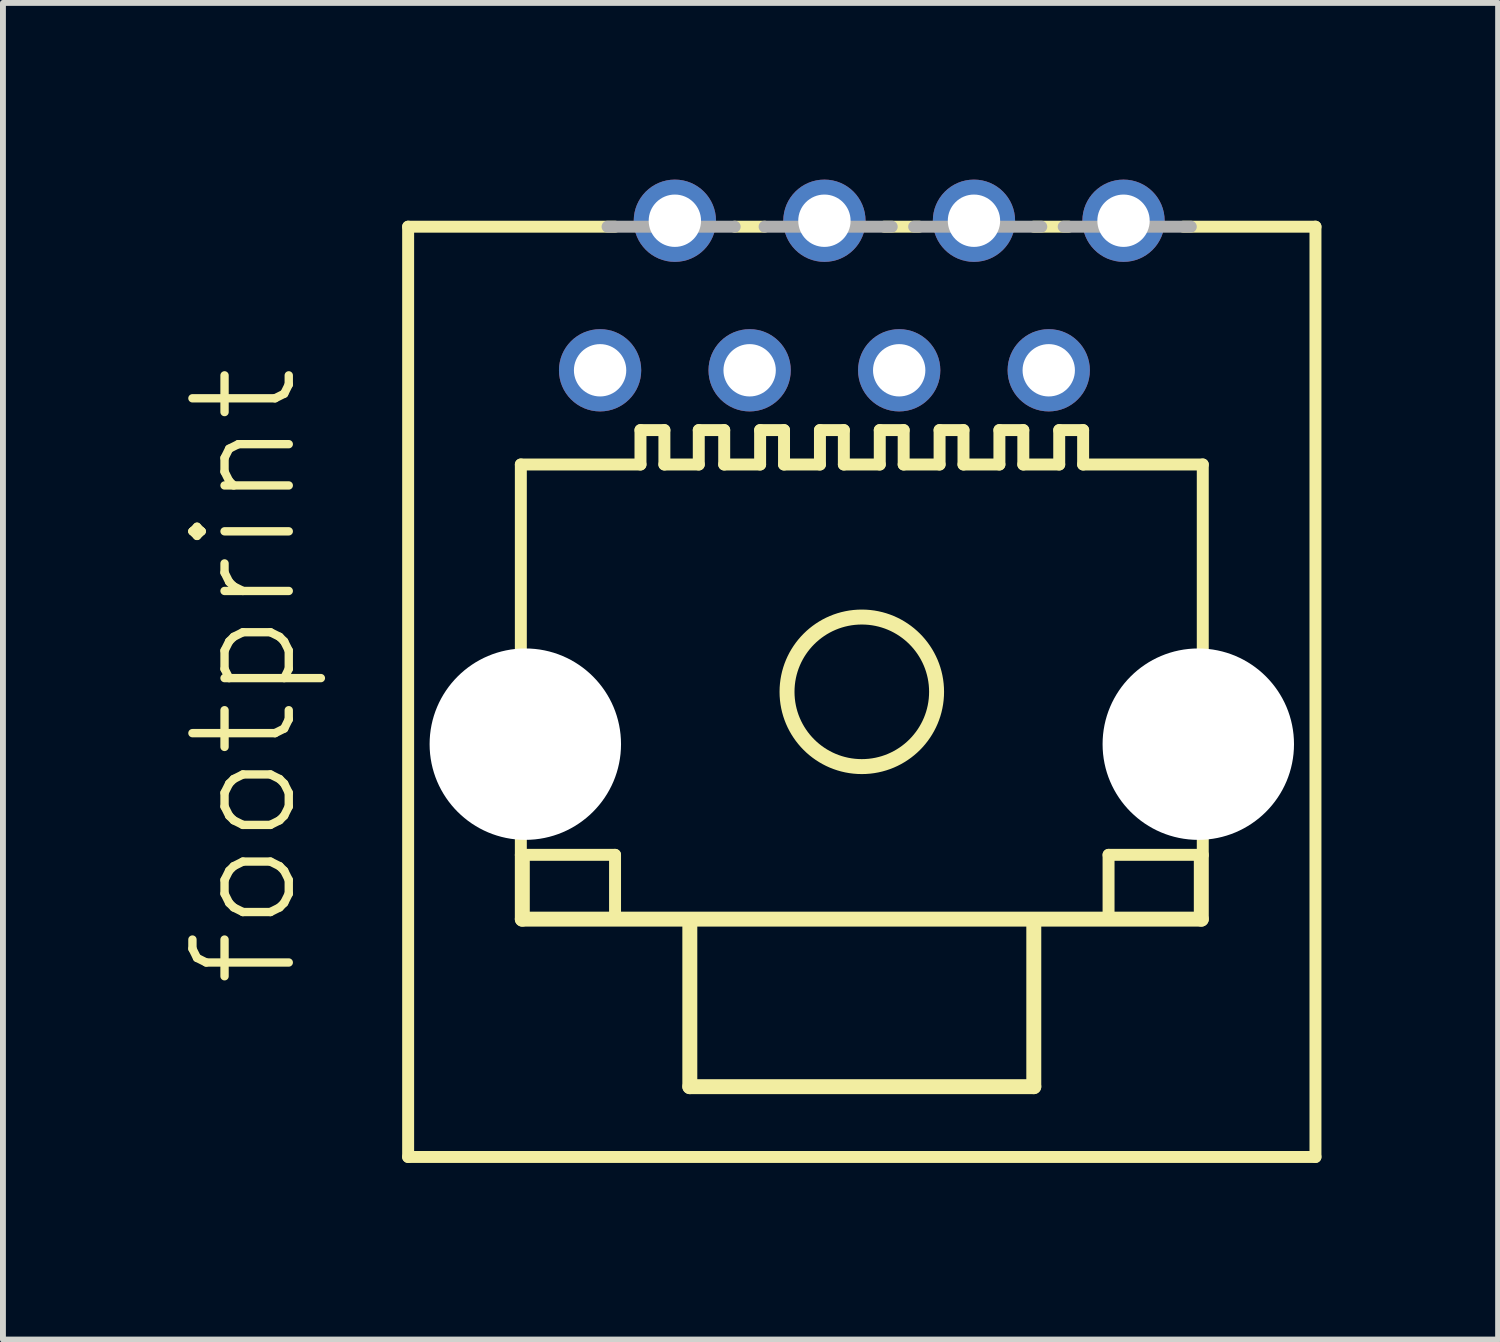
<source format=kicad_pcb>
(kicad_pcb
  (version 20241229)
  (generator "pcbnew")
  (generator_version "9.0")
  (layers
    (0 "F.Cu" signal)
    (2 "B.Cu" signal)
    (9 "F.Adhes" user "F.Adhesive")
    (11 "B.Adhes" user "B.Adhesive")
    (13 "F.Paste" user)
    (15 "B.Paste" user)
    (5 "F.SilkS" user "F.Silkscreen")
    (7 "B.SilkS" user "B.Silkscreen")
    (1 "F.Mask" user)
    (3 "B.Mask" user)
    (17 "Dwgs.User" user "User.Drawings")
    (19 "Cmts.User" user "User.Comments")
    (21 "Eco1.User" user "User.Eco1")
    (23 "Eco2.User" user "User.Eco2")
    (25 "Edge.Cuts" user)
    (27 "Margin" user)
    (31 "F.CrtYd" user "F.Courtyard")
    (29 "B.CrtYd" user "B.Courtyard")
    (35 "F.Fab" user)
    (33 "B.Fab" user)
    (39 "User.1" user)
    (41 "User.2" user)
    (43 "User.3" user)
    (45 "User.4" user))
  (footprint "footprint"
    (layer "F.Cu")
    (at 11.587 8.7)
    (property "Reference" "footprint" (at -9.525 5.08 90) (layer "F.SilkS") (effects (font (size 1.636 1.636) (thickness 0.142)) (justify left bottom)))
    (fp_line (start -7.705 -7.9) (end -7.705 7.9) (stroke (width 0.203) (type solid)) (layer "F.SilkS"))
    (fp_line (start -7.705 7.9) (end 7.705 7.9) (stroke (width 0.203) (type solid)) (layer "F.SilkS"))
    (fp_line (start -5.791 -3.861) (end -5.791 2.769) (stroke (width 0.203) (type solid)) (layer "F.SilkS"))
    (fp_line (start -5.791 2.769) (end -4.191 2.769) (stroke (width 0.203) (type solid)) (layer "F.SilkS"))
    (fp_line (start -5.766 3.861) (end -5.766 2.794) (stroke (width 0.254) (type solid)) (layer "F.SilkS"))
    (fp_line (start -4.191 -7.9) (end -7.705 -7.9) (stroke (width 0.203) (type solid)) (layer "F.SilkS"))
    (fp_line (start -4.191 2.769) (end -4.191 3.861) (stroke (width 0.203) (type solid)) (layer "F.SilkS"))
    (fp_line (start -3.759 -4.445) (end -3.759 -3.861) (stroke (width 0.203) (type solid)) (layer "F.SilkS"))
    (fp_line (start -3.759 -4.445) (end -3.353 -4.445) (stroke (width 0.203) (type solid)) (layer "F.SilkS"))
    (fp_line (start -3.759 -3.861) (end -5.791 -3.861) (stroke (width 0.203) (type solid)) (layer "F.SilkS"))
    (fp_line (start -3.353 -4.445) (end -3.353 -3.861) (stroke (width 0.203) (type solid)) (layer "F.SilkS"))
    (fp_line (start -2.921 3.912) (end -2.921 6.706) (stroke (width 0.254) (type solid)) (layer "F.SilkS"))
    (fp_line (start -2.921 6.706) (end 2.921 6.706) (stroke (width 0.254) (type solid)) (layer "F.SilkS"))
    (fp_line (start -2.769 -4.445) (end -2.769 -3.861) (stroke (width 0.203) (type solid)) (layer "F.SilkS"))
    (fp_line (start -2.769 -4.445) (end -2.337 -4.445) (stroke (width 0.203) (type solid)) (layer "F.SilkS"))
    (fp_line (start -2.769 -3.861) (end -3.353 -3.861) (stroke (width 0.203) (type solid)) (layer "F.SilkS"))
    (fp_line (start -2.337 -4.445) (end -2.337 -3.861) (stroke (width 0.203) (type solid)) (layer "F.SilkS"))
    (fp_line (start -1.727 -4.445) (end -1.727 -3.861) (stroke (width 0.203) (type solid)) (layer "F.SilkS"))
    (fp_line (start -1.727 -4.445) (end -1.321 -4.445) (stroke (width 0.203) (type solid)) (layer "F.SilkS"))
    (fp_line (start -1.727 -3.861) (end -2.337 -3.861) (stroke (width 0.203) (type solid)) (layer "F.SilkS"))
    (fp_line (start -1.651 -7.9) (end -2.159 -7.9) (stroke (width 0.203) (type solid)) (layer "F.SilkS"))
    (fp_line (start -1.321 -4.445) (end -1.321 -3.861) (stroke (width 0.203) (type solid)) (layer "F.SilkS"))
    (fp_line (start -0.711 -4.445) (end -0.711 -3.861) (stroke (width 0.203) (type solid)) (layer "F.SilkS"))
    (fp_line (start -0.711 -4.445) (end -0.305 -4.445) (stroke (width 0.203) (type solid)) (layer "F.SilkS"))
    (fp_line (start -0.711 -3.861) (end -1.321 -3.861) (stroke (width 0.203) (type solid)) (layer "F.SilkS"))
    (fp_line (start -0.305 -4.445) (end -0.305 -3.861) (stroke (width 0.203) (type solid)) (layer "F.SilkS"))
    (fp_line (start 0.305 -4.445) (end 0.305 -3.861) (stroke (width 0.203) (type solid)) (layer "F.SilkS"))
    (fp_line (start 0.305 -4.445) (end 0.711 -4.445) (stroke (width 0.203) (type solid)) (layer "F.SilkS"))
    (fp_line (start 0.305 -3.861) (end -0.305 -3.861) (stroke (width 0.203) (type solid)) (layer "F.SilkS"))
    (fp_line (start 0.711 -4.445) (end 0.711 -3.861) (stroke (width 0.203) (type solid)) (layer "F.SilkS"))
    (fp_line (start 0.974 -7.9) (end 0.381 -7.9) (stroke (width 0.203) (type solid)) (layer "F.SilkS"))
    (fp_line (start 1.321 -4.445) (end 1.321 -3.861) (stroke (width 0.203) (type solid)) (layer "F.SilkS"))
    (fp_line (start 1.321 -4.445) (end 1.727 -4.445) (stroke (width 0.203) (type solid)) (layer "F.SilkS"))
    (fp_line (start 1.321 -3.861) (end 0.711 -3.861) (stroke (width 0.203) (type solid)) (layer "F.SilkS"))
    (fp_line (start 1.727 -4.445) (end 1.727 -3.861) (stroke (width 0.203) (type solid)) (layer "F.SilkS"))
    (fp_line (start 2.337 -4.445) (end 2.337 -3.861) (stroke (width 0.203) (type solid)) (layer "F.SilkS"))
    (fp_line (start 2.337 -4.445) (end 2.743 -4.445) (stroke (width 0.203) (type solid)) (layer "F.SilkS"))
    (fp_line (start 2.337 -3.861) (end 1.727 -3.861) (stroke (width 0.203) (type solid)) (layer "F.SilkS"))
    (fp_line (start 2.743 -4.445) (end 2.743 -3.861) (stroke (width 0.203) (type solid)) (layer "F.SilkS"))
    (fp_line (start 2.921 6.706) (end 2.921 3.912) (stroke (width 0.254) (type solid)) (layer "F.SilkS"))
    (fp_line (start 3.353 -4.445) (end 3.353 -3.861) (stroke (width 0.203) (type solid)) (layer "F.SilkS"))
    (fp_line (start 3.353 -4.445) (end 3.759 -4.445) (stroke (width 0.203) (type solid)) (layer "F.SilkS"))
    (fp_line (start 3.353 -3.861) (end 2.743 -3.861) (stroke (width 0.203) (type solid)) (layer "F.SilkS"))
    (fp_line (start 3.514 -7.9) (end 2.921 -7.9) (stroke (width 0.203) (type solid)) (layer "F.SilkS"))
    (fp_line (start 3.759 -4.445) (end 3.759 -3.861) (stroke (width 0.203) (type solid)) (layer "F.SilkS"))
    (fp_line (start 4.191 2.769) (end 4.191 3.861) (stroke (width 0.203) (type solid)) (layer "F.SilkS"))
    (fp_line (start 5.766 2.819) (end 5.766 3.861) (stroke (width 0.254) (type solid)) (layer "F.SilkS"))
    (fp_line (start 5.766 3.861) (end -5.766 3.861) (stroke (width 0.254) (type solid)) (layer "F.SilkS"))
    (fp_line (start 5.791 -3.861) (end 3.759 -3.861) (stroke (width 0.203) (type solid)) (layer "F.SilkS"))
    (fp_line (start 5.791 -3.861) (end 5.791 2.769) (stroke (width 0.203) (type solid)) (layer "F.SilkS"))
    (fp_line (start 5.791 2.769) (end 4.191 2.769) (stroke (width 0.203) (type solid)) (layer "F.SilkS"))
    (fp_line (start 7.705 -7.9) (end 5.461 -7.9) (stroke (width 0.203) (type solid)) (layer "F.SilkS"))
    (fp_line (start 7.705 7.9) (end 7.705 -7.9) (stroke (width 0.203) (type solid)) (layer "F.SilkS"))
    (fp_circle (center 0 0) (end 1.27 0) (stroke (width 0.254) (type solid)) (fill no) (layer "F.SilkS"))
    (fp_line (start -2.159 -7.9) (end -4.318 -7.9) (stroke (width 0.203) (type solid)) (layer "F.Fab"))
    (fp_line (start 0.508 -7.9) (end -1.651 -7.9) (stroke (width 0.203) (type solid)) (layer "F.Fab"))
    (fp_line (start 3.048 -7.9) (end 0.889 -7.9) (stroke (width 0.203) (type solid)) (layer "F.Fab"))
    (fp_line (start 5.588 -7.9) (end 3.429 -7.9) (stroke (width 0.203) (type solid)) (layer "F.Fab"))
    (pad "" np_thru_hole circle (at -5.715 0.889) (size 3.251 3.251) (drill 3.251) (layers "*.Cu" "*.Mask"))
    (pad "" np_thru_hole circle (at 5.715 0.889) (size 3.251 3.251) (drill 3.251) (layers "*.Cu" "*.Mask"))
    (pad "1" thru_hole circle (at -4.445 -5.461) (size 1.397 1.397) (drill 0.889) (layers "*.Cu" "*.Mask"))
    (pad "2" thru_hole circle (at -3.175 -8.001) (size 1.397 1.397) (drill 0.889) (layers "*.Cu" "*.Mask"))
    (pad "3" thru_hole circle (at -1.905 -5.461) (size 1.397 1.397) (drill 0.889) (layers "*.Cu" "*.Mask"))
    (pad "4" thru_hole circle (at -0.635 -8.001) (size 1.397 1.397) (drill 0.889) (layers "*.Cu" "*.Mask"))
    (pad "5" thru_hole circle (at 0.635 -5.461) (size 1.397 1.397) (drill 0.889) (layers "*.Cu" "*.Mask"))
    (pad "6" thru_hole circle (at 1.905 -8.001) (size 1.397 1.397) (drill 0.889) (layers "*.Cu" "*.Mask"))
    (pad "7" thru_hole circle (at 3.175 -5.461) (size 1.397 1.397) (drill 0.889) (layers "*.Cu" "*.Mask"))
    (pad "8" thru_hole circle (at 4.445 -8.001) (size 1.397 1.397) (drill 0.889) (layers "*.Cu" "*.Mask")))
  (gr_rect
    (start -3 -3)
    (end 22.394 19.701)
    (stroke (width 0.1) (type default))
    (fill no)
    (layer "Edge.Cuts")))
</source>
